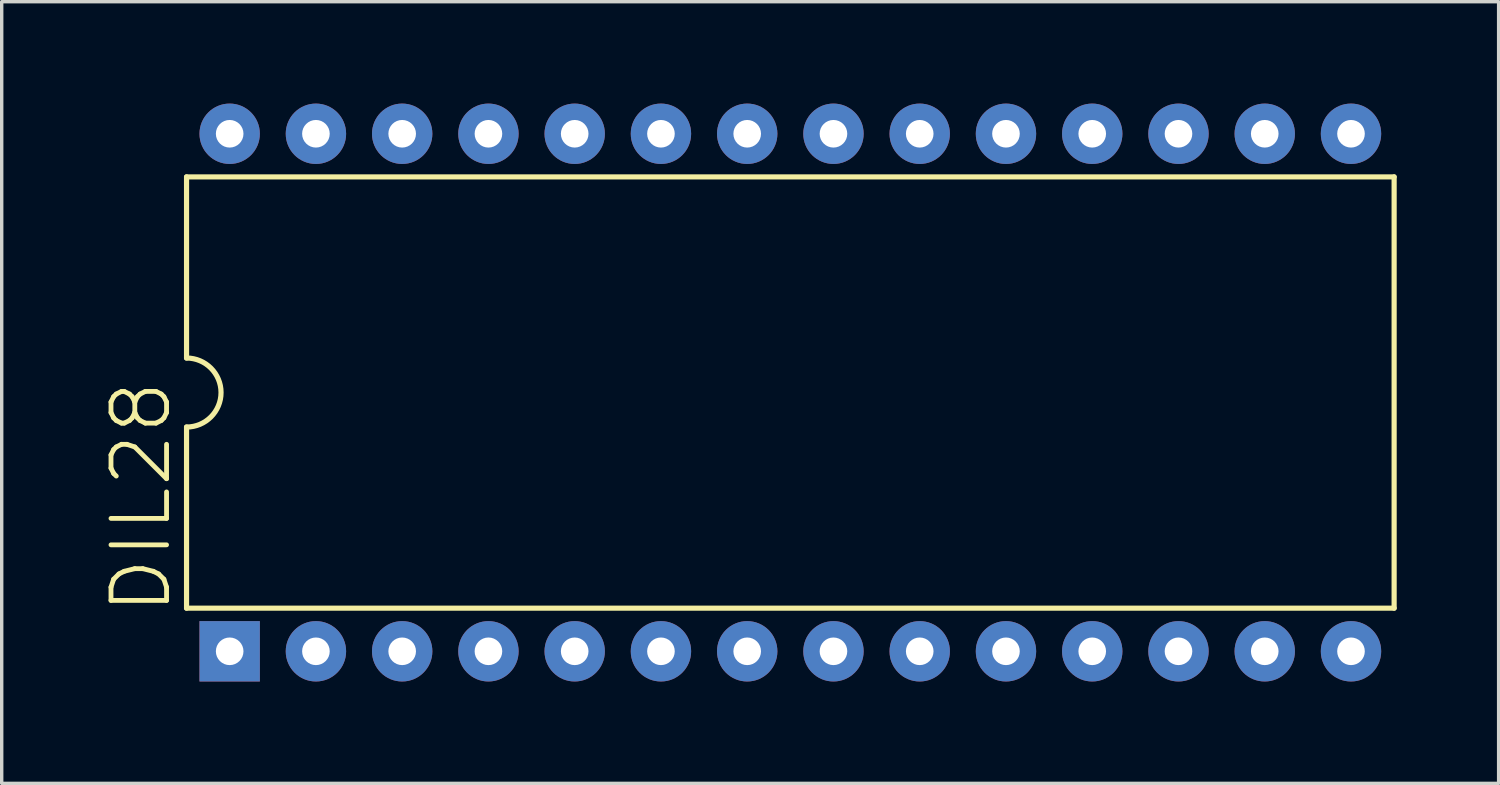
<source format=kicad_pcb>
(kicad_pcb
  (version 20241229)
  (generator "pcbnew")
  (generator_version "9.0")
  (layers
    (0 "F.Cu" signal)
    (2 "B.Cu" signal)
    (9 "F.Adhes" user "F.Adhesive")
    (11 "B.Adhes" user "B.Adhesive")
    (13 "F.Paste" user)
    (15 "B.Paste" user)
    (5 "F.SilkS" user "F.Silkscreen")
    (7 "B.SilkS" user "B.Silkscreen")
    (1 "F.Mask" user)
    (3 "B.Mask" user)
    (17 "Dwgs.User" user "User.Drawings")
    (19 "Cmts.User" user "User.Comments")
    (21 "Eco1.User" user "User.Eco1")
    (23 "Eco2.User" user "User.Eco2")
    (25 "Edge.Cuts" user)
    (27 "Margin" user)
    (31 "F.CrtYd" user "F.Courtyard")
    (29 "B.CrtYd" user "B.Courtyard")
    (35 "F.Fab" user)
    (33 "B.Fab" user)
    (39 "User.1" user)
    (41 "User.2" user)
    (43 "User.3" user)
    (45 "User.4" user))
  (footprint "DIL28"
    (layer "F.Cu")
    (at 20.223 8.509)
    (property "Reference" "DIL28" (at -18.161 6.604 90) (layer "F.SilkS") (effects (font (size 1.636 1.636) (thickness 0.142)) (justify left bottom)))
    (fp_line (start -17.78 -6.35) (end -17.78 -1.016) (stroke (width 0.152) (type solid)) (layer "F.SilkS"))
    (fp_line (start -17.78 6.35) (end -17.78 1.016) (stroke (width 0.152) (type solid)) (layer "F.SilkS"))
    (fp_line (start -17.78 6.35) (end 17.78 6.35) (stroke (width 0.152) (type solid)) (layer "F.SilkS"))
    (fp_line (start 17.78 -6.35) (end -17.78 -6.35) (stroke (width 0.152) (type solid)) (layer "F.SilkS"))
    (fp_line (start 17.78 -6.35) (end 17.78 6.35) (stroke (width 0.152) (type solid)) (layer "F.SilkS"))
    (fp_arc (start -17.78 -1.016) (mid -16.764 0) (end -17.78 1.016) (stroke (width 0.1524) (type solid)) (layer "F.SilkS"))
    (pad "1" thru_hole rect (at -16.51 7.62 90) (size 1.778 1.778) (drill 0.813) (layers "*.Cu" "*.Mask"))
    (pad "2" thru_hole circle (at -13.97 7.62 90) (size 1.778 1.778) (drill 0.813) (layers "*.Cu" "*.Mask"))
    (pad "3" thru_hole circle (at -11.43 7.62 90) (size 1.778 1.778) (drill 0.813) (layers "*.Cu" "*.Mask"))
    (pad "4" thru_hole circle (at -8.89 7.62 90) (size 1.778 1.778) (drill 0.813) (layers "*.Cu" "*.Mask"))
    (pad "5" thru_hole circle (at -6.35 7.62 90) (size 1.778 1.778) (drill 0.813) (layers "*.Cu" "*.Mask"))
    (pad "6" thru_hole circle (at -3.81 7.62 90) (size 1.778 1.778) (drill 0.813) (layers "*.Cu" "*.Mask"))
    (pad "7" thru_hole circle (at -1.27 7.62 90) (size 1.778 1.778) (drill 0.813) (layers "*.Cu" "*.Mask"))
    (pad "8" thru_hole circle (at 1.27 7.62 90) (size 1.778 1.778) (drill 0.813) (layers "*.Cu" "*.Mask"))
    (pad "9" thru_hole circle (at 3.81 7.62 90) (size 1.778 1.778) (drill 0.813) (layers "*.Cu" "*.Mask"))
    (pad "10" thru_hole circle (at 6.35 7.62 90) (size 1.778 1.778) (drill 0.813) (layers "*.Cu" "*.Mask"))
    (pad "11" thru_hole circle (at 8.89 7.62 90) (size 1.778 1.778) (drill 0.813) (layers "*.Cu" "*.Mask"))
    (pad "12" thru_hole circle (at 11.43 7.62 90) (size 1.778 1.778) (drill 0.813) (layers "*.Cu" "*.Mask"))
    (pad "13" thru_hole circle (at 13.97 7.62 90) (size 1.778 1.778) (drill 0.813) (layers "*.Cu" "*.Mask"))
    (pad "14" thru_hole circle (at 16.51 7.62 90) (size 1.778 1.778) (drill 0.813) (layers "*.Cu" "*.Mask"))
    (pad "15" thru_hole circle (at 16.51 -7.62 90) (size 1.778 1.778) (drill 0.813) (layers "*.Cu" "*.Mask"))
    (pad "16" thru_hole circle (at 13.97 -7.62 90) (size 1.778 1.778) (drill 0.813) (layers "*.Cu" "*.Mask"))
    (pad "17" thru_hole circle (at 11.43 -7.62 90) (size 1.778 1.778) (drill 0.813) (layers "*.Cu" "*.Mask"))
    (pad "18" thru_hole circle (at 8.89 -7.62 90) (size 1.778 1.778) (drill 0.813) (layers "*.Cu" "*.Mask"))
    (pad "19" thru_hole circle (at 6.35 -7.62 90) (size 1.778 1.778) (drill 0.813) (layers "*.Cu" "*.Mask"))
    (pad "20" thru_hole circle (at 3.81 -7.62 90) (size 1.778 1.778) (drill 0.813) (layers "*.Cu" "*.Mask"))
    (pad "21" thru_hole circle (at 1.27 -7.62 90) (size 1.778 1.778) (drill 0.813) (layers "*.Cu" "*.Mask"))
    (pad "22" thru_hole circle (at -1.27 -7.62 90) (size 1.778 1.778) (drill 0.813) (layers "*.Cu" "*.Mask"))
    (pad "23" thru_hole circle (at -3.81 -7.62 90) (size 1.778 1.778) (drill 0.813) (layers "*.Cu" "*.Mask"))
    (pad "24" thru_hole circle (at -6.35 -7.62 90) (size 1.778 1.778) (drill 0.813) (layers "*.Cu" "*.Mask"))
    (pad "25" thru_hole circle (at -8.89 -7.62 90) (size 1.778 1.778) (drill 0.813) (layers "*.Cu" "*.Mask"))
    (pad "26" thru_hole circle (at -11.43 -7.62 90) (size 1.778 1.778) (drill 0.813) (layers "*.Cu" "*.Mask"))
    (pad "27" thru_hole circle (at -13.97 -7.62 90) (size 1.778 1.778) (drill 0.813) (layers "*.Cu" "*.Mask"))
    (pad "28" thru_hole circle (at -16.51 -7.62 90) (size 1.778 1.778) (drill 0.813) (layers "*.Cu" "*.Mask")))
  (gr_rect
    (start -3 -3)
    (end 41.08 20.018)
    (stroke (width 0.1) (type default))
    (fill no)
    (layer "Edge.Cuts")))
</source>
